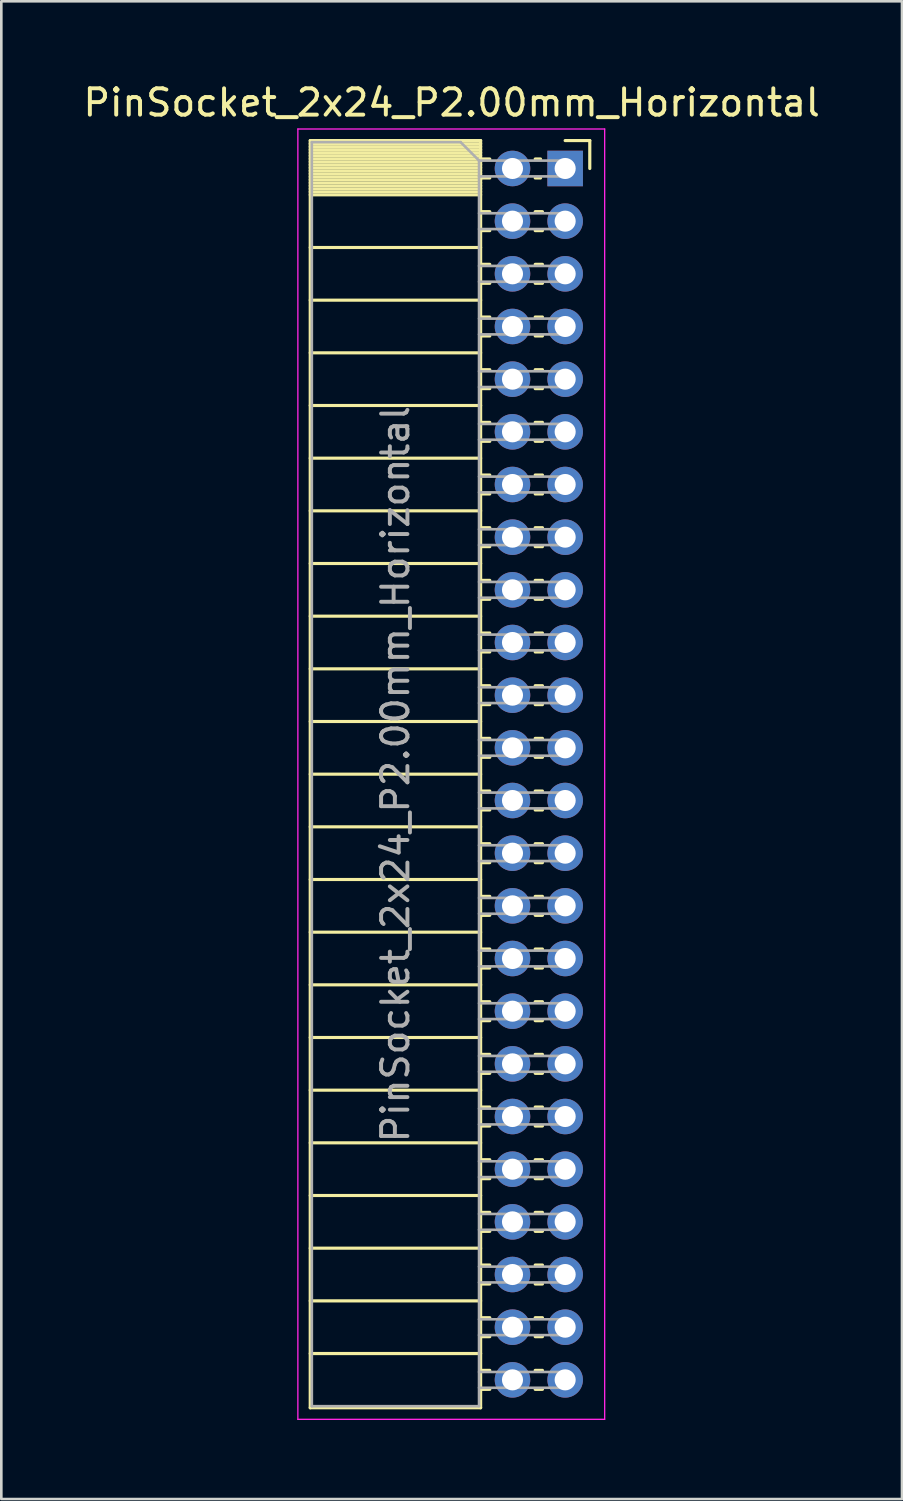
<source format=kicad_pcb>
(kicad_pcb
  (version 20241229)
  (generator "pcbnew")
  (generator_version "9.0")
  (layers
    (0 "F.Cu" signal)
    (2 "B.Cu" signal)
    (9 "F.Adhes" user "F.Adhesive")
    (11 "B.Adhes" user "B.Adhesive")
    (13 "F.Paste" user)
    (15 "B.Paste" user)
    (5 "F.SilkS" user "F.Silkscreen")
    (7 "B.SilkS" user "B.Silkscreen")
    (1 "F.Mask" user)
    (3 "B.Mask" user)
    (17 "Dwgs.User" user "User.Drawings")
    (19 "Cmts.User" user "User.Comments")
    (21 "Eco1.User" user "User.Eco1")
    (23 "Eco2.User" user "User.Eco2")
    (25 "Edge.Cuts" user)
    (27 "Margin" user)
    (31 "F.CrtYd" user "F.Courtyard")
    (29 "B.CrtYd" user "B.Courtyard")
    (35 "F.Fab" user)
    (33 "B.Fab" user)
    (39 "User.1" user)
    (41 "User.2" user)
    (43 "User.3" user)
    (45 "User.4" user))
  (footprint "PinSocket_2x24_P2.00mm_Horizontal"
    (layer "F.Cu")
    (at 18.411 3.348)
    (property "Reference" "PinSocket_2x24_P2.00mm_Horizontal" (at -4.31 -2.5 0) (layer "F.SilkS") (effects (font (size 1 1) (thickness 0.15))))
    (attr through_hole)
    (fp_line (start -9.68 -1.06) (end -9.68 47.06) (stroke (width 0.12) (type solid)) (layer "F.SilkS"))
    (fp_line (start -9.68 -1.06) (end -3.21 -1.06) (stroke (width 0.12) (type solid)) (layer "F.SilkS"))
    (fp_line (start -9.68 -0.94) (end -3.21 -0.94) (stroke (width 0.12) (type solid)) (layer "F.SilkS"))
    (fp_line (start -9.68 -0.826) (end -3.21 -0.826) (stroke (width 0.12) (type solid)) (layer "F.SilkS"))
    (fp_line (start -9.68 -0.712) (end -3.21 -0.712) (stroke (width 0.12) (type solid)) (layer "F.SilkS"))
    (fp_line (start -9.68 -0.598) (end -3.21 -0.598) (stroke (width 0.12) (type solid)) (layer "F.SilkS"))
    (fp_line (start -9.68 -0.484) (end -3.21 -0.484) (stroke (width 0.12) (type solid)) (layer "F.SilkS"))
    (fp_line (start -9.68 -0.369) (end -3.21 -0.369) (stroke (width 0.12) (type solid)) (layer "F.SilkS"))
    (fp_line (start -9.68 -0.255) (end -3.21 -0.255) (stroke (width 0.12) (type solid)) (layer "F.SilkS"))
    (fp_line (start -9.68 -0.141) (end -3.21 -0.141) (stroke (width 0.12) (type solid)) (layer "F.SilkS"))
    (fp_line (start -9.68 -0.027) (end -3.21 -0.027) (stroke (width 0.12) (type solid)) (layer "F.SilkS"))
    (fp_line (start -9.68 0.087) (end -3.21 0.087) (stroke (width 0.12) (type solid)) (layer "F.SilkS"))
    (fp_line (start -9.68 0.201) (end -3.21 0.201) (stroke (width 0.12) (type solid)) (layer "F.SilkS"))
    (fp_line (start -9.68 0.315) (end -3.21 0.315) (stroke (width 0.12) (type solid)) (layer "F.SilkS"))
    (fp_line (start -9.68 0.429) (end -3.21 0.429) (stroke (width 0.12) (type solid)) (layer "F.SilkS"))
    (fp_line (start -9.68 0.544) (end -3.21 0.544) (stroke (width 0.12) (type solid)) (layer "F.SilkS"))
    (fp_line (start -9.68 0.658) (end -3.21 0.658) (stroke (width 0.12) (type solid)) (layer "F.SilkS"))
    (fp_line (start -9.68 0.772) (end -3.21 0.772) (stroke (width 0.12) (type solid)) (layer "F.SilkS"))
    (fp_line (start -9.68 0.886) (end -3.21 0.886) (stroke (width 0.12) (type solid)) (layer "F.SilkS"))
    (fp_line (start -9.68 1) (end -3.21 1) (stroke (width 0.12) (type solid)) (layer "F.SilkS"))
    (fp_line (start -9.68 3) (end -3.21 3) (stroke (width 0.12) (type solid)) (layer "F.SilkS"))
    (fp_line (start -9.68 5) (end -3.21 5) (stroke (width 0.12) (type solid)) (layer "F.SilkS"))
    (fp_line (start -9.68 7) (end -3.21 7) (stroke (width 0.12) (type solid)) (layer "F.SilkS"))
    (fp_line (start -9.68 9) (end -3.21 9) (stroke (width 0.12) (type solid)) (layer "F.SilkS"))
    (fp_line (start -9.68 11) (end -3.21 11) (stroke (width 0.12) (type solid)) (layer "F.SilkS"))
    (fp_line (start -9.68 13) (end -3.21 13) (stroke (width 0.12) (type solid)) (layer "F.SilkS"))
    (fp_line (start -9.68 15) (end -3.21 15) (stroke (width 0.12) (type solid)) (layer "F.SilkS"))
    (fp_line (start -9.68 17) (end -3.21 17) (stroke (width 0.12) (type solid)) (layer "F.SilkS"))
    (fp_line (start -9.68 19) (end -3.21 19) (stroke (width 0.12) (type solid)) (layer "F.SilkS"))
    (fp_line (start -9.68 21) (end -3.21 21) (stroke (width 0.12) (type solid)) (layer "F.SilkS"))
    (fp_line (start -9.68 23) (end -3.21 23) (stroke (width 0.12) (type solid)) (layer "F.SilkS"))
    (fp_line (start -9.68 25) (end -3.21 25) (stroke (width 0.12) (type solid)) (layer "F.SilkS"))
    (fp_line (start -9.68 27) (end -3.21 27) (stroke (width 0.12) (type solid)) (layer "F.SilkS"))
    (fp_line (start -9.68 29) (end -3.21 29) (stroke (width 0.12) (type solid)) (layer "F.SilkS"))
    (fp_line (start -9.68 31) (end -3.21 31) (stroke (width 0.12) (type solid)) (layer "F.SilkS"))
    (fp_line (start -9.68 33) (end -3.21 33) (stroke (width 0.12) (type solid)) (layer "F.SilkS"))
    (fp_line (start -9.68 35) (end -3.21 35) (stroke (width 0.12) (type solid)) (layer "F.SilkS"))
    (fp_line (start -9.68 37) (end -3.21 37) (stroke (width 0.12) (type solid)) (layer "F.SilkS"))
    (fp_line (start -9.68 39) (end -3.21 39) (stroke (width 0.12) (type solid)) (layer "F.SilkS"))
    (fp_line (start -9.68 41) (end -3.21 41) (stroke (width 0.12) (type solid)) (layer "F.SilkS"))
    (fp_line (start -9.68 43) (end -3.21 43) (stroke (width 0.12) (type solid)) (layer "F.SilkS"))
    (fp_line (start -9.68 45) (end -3.21 45) (stroke (width 0.12) (type solid)) (layer "F.SilkS"))
    (fp_line (start -9.68 47.06) (end -3.21 47.06) (stroke (width 0.12) (type solid)) (layer "F.SilkS"))
    (fp_line (start -3.21 -1.06) (end -3.21 47.06) (stroke (width 0.12) (type solid)) (layer "F.SilkS"))
    (fp_line (start -3.21 -0.36) (end -2.863 -0.36) (stroke (width 0.12) (type solid)) (layer "F.SilkS"))
    (fp_line (start -3.21 0.36) (end -2.863 0.36) (stroke (width 0.12) (type solid)) (layer "F.SilkS"))
    (fp_line (start -3.21 1.64) (end -2.863 1.64) (stroke (width 0.12) (type solid)) (layer "F.SilkS"))
    (fp_line (start -3.21 2.36) (end -2.863 2.36) (stroke (width 0.12) (type solid)) (layer "F.SilkS"))
    (fp_line (start -3.21 3.64) (end -2.863 3.64) (stroke (width 0.12) (type solid)) (layer "F.SilkS"))
    (fp_line (start -3.21 4.36) (end -2.863 4.36) (stroke (width 0.12) (type solid)) (layer "F.SilkS"))
    (fp_line (start -3.21 5.64) (end -2.863 5.64) (stroke (width 0.12) (type solid)) (layer "F.SilkS"))
    (fp_line (start -3.21 6.36) (end -2.863 6.36) (stroke (width 0.12) (type solid)) (layer "F.SilkS"))
    (fp_line (start -3.21 7.64) (end -2.863 7.64) (stroke (width 0.12) (type solid)) (layer "F.SilkS"))
    (fp_line (start -3.21 8.36) (end -2.863 8.36) (stroke (width 0.12) (type solid)) (layer "F.SilkS"))
    (fp_line (start -3.21 9.64) (end -2.863 9.64) (stroke (width 0.12) (type solid)) (layer "F.SilkS"))
    (fp_line (start -3.21 10.36) (end -2.863 10.36) (stroke (width 0.12) (type solid)) (layer "F.SilkS"))
    (fp_line (start -3.21 11.64) (end -2.863 11.64) (stroke (width 0.12) (type solid)) (layer "F.SilkS"))
    (fp_line (start -3.21 12.36) (end -2.863 12.36) (stroke (width 0.12) (type solid)) (layer "F.SilkS"))
    (fp_line (start -3.21 13.64) (end -2.863 13.64) (stroke (width 0.12) (type solid)) (layer "F.SilkS"))
    (fp_line (start -3.21 14.36) (end -2.863 14.36) (stroke (width 0.12) (type solid)) (layer "F.SilkS"))
    (fp_line (start -3.21 15.64) (end -2.863 15.64) (stroke (width 0.12) (type solid)) (layer "F.SilkS"))
    (fp_line (start -3.21 16.36) (end -2.863 16.36) (stroke (width 0.12) (type solid)) (layer "F.SilkS"))
    (fp_line (start -3.21 17.64) (end -2.863 17.64) (stroke (width 0.12) (type solid)) (layer "F.SilkS"))
    (fp_line (start -3.21 18.36) (end -2.863 18.36) (stroke (width 0.12) (type solid)) (layer "F.SilkS"))
    (fp_line (start -3.21 19.64) (end -2.863 19.64) (stroke (width 0.12) (type solid)) (layer "F.SilkS"))
    (fp_line (start -3.21 20.36) (end -2.863 20.36) (stroke (width 0.12) (type solid)) (layer "F.SilkS"))
    (fp_line (start -3.21 21.64) (end -2.863 21.64) (stroke (width 0.12) (type solid)) (layer "F.SilkS"))
    (fp_line (start -3.21 22.36) (end -2.863 22.36) (stroke (width 0.12) (type solid)) (layer "F.SilkS"))
    (fp_line (start -3.21 23.64) (end -2.863 23.64) (stroke (width 0.12) (type solid)) (layer "F.SilkS"))
    (fp_line (start -3.21 24.36) (end -2.863 24.36) (stroke (width 0.12) (type solid)) (layer "F.SilkS"))
    (fp_line (start -3.21 25.64) (end -2.863 25.64) (stroke (width 0.12) (type solid)) (layer "F.SilkS"))
    (fp_line (start -3.21 26.36) (end -2.863 26.36) (stroke (width 0.12) (type solid)) (layer "F.SilkS"))
    (fp_line (start -3.21 27.64) (end -2.863 27.64) (stroke (width 0.12) (type solid)) (layer "F.SilkS"))
    (fp_line (start -3.21 28.36) (end -2.863 28.36) (stroke (width 0.12) (type solid)) (layer "F.SilkS"))
    (fp_line (start -3.21 29.64) (end -2.863 29.64) (stroke (width 0.12) (type solid)) (layer "F.SilkS"))
    (fp_line (start -3.21 30.36) (end -2.863 30.36) (stroke (width 0.12) (type solid)) (layer "F.SilkS"))
    (fp_line (start -3.21 31.64) (end -2.863 31.64) (stroke (width 0.12) (type solid)) (layer "F.SilkS"))
    (fp_line (start -3.21 32.36) (end -2.863 32.36) (stroke (width 0.12) (type solid)) (layer "F.SilkS"))
    (fp_line (start -3.21 33.64) (end -2.863 33.64) (stroke (width 0.12) (type solid)) (layer "F.SilkS"))
    (fp_line (start -3.21 34.36) (end -2.863 34.36) (stroke (width 0.12) (type solid)) (layer "F.SilkS"))
    (fp_line (start -3.21 35.64) (end -2.863 35.64) (stroke (width 0.12) (type solid)) (layer "F.SilkS"))
    (fp_line (start -3.21 36.36) (end -2.863 36.36) (stroke (width 0.12) (type solid)) (layer "F.SilkS"))
    (fp_line (start -3.21 37.64) (end -2.863 37.64) (stroke (width 0.12) (type solid)) (layer "F.SilkS"))
    (fp_line (start -3.21 38.36) (end -2.863 38.36) (stroke (width 0.12) (type solid)) (layer "F.SilkS"))
    (fp_line (start -3.21 39.64) (end -2.863 39.64) (stroke (width 0.12) (type solid)) (layer "F.SilkS"))
    (fp_line (start -3.21 40.36) (end -2.863 40.36) (stroke (width 0.12) (type solid)) (layer "F.SilkS"))
    (fp_line (start -3.21 41.64) (end -2.863 41.64) (stroke (width 0.12) (type solid)) (layer "F.SilkS"))
    (fp_line (start -3.21 42.36) (end -2.863 42.36) (stroke (width 0.12) (type solid)) (layer "F.SilkS"))
    (fp_line (start -3.21 43.64) (end -2.863 43.64) (stroke (width 0.12) (type solid)) (layer "F.SilkS"))
    (fp_line (start -3.21 44.36) (end -2.863 44.36) (stroke (width 0.12) (type solid)) (layer "F.SilkS"))
    (fp_line (start -3.21 45.64) (end -2.863 45.64) (stroke (width 0.12) (type solid)) (layer "F.SilkS"))
    (fp_line (start -3.21 46.36) (end -2.863 46.36) (stroke (width 0.12) (type solid)) (layer "F.SilkS"))
    (fp_line (start -1.137 -0.36) (end -0.935 -0.36) (stroke (width 0.12) (type solid)) (layer "F.SilkS"))
    (fp_line (start -1.137 0.36) (end -0.935 0.36) (stroke (width 0.12) (type solid)) (layer "F.SilkS"))
    (fp_line (start -1.137 1.64) (end -0.863 1.64) (stroke (width 0.12) (type solid)) (layer "F.SilkS"))
    (fp_line (start -1.137 2.36) (end -0.863 2.36) (stroke (width 0.12) (type solid)) (layer "F.SilkS"))
    (fp_line (start -1.137 3.64) (end -0.863 3.64) (stroke (width 0.12) (type solid)) (layer "F.SilkS"))
    (fp_line (start -1.137 4.36) (end -0.863 4.36) (stroke (width 0.12) (type solid)) (layer "F.SilkS"))
    (fp_line (start -1.137 5.64) (end -0.863 5.64) (stroke (width 0.12) (type solid)) (layer "F.SilkS"))
    (fp_line (start -1.137 6.36) (end -0.863 6.36) (stroke (width 0.12) (type solid)) (layer "F.SilkS"))
    (fp_line (start -1.137 7.64) (end -0.863 7.64) (stroke (width 0.12) (type solid)) (layer "F.SilkS"))
    (fp_line (start -1.137 8.36) (end -0.863 8.36) (stroke (width 0.12) (type solid)) (layer "F.SilkS"))
    (fp_line (start -1.137 9.64) (end -0.863 9.64) (stroke (width 0.12) (type solid)) (layer "F.SilkS"))
    (fp_line (start -1.137 10.36) (end -0.863 10.36) (stroke (width 0.12) (type solid)) (layer "F.SilkS"))
    (fp_line (start -1.137 11.64) (end -0.863 11.64) (stroke (width 0.12) (type solid)) (layer "F.SilkS"))
    (fp_line (start -1.137 12.36) (end -0.863 12.36) (stroke (width 0.12) (type solid)) (layer "F.SilkS"))
    (fp_line (start -1.137 13.64) (end -0.863 13.64) (stroke (width 0.12) (type solid)) (layer "F.SilkS"))
    (fp_line (start -1.137 14.36) (end -0.863 14.36) (stroke (width 0.12) (type solid)) (layer "F.SilkS"))
    (fp_line (start -1.137 15.64) (end -0.863 15.64) (stroke (width 0.12) (type solid)) (layer "F.SilkS"))
    (fp_line (start -1.137 16.36) (end -0.863 16.36) (stroke (width 0.12) (type solid)) (layer "F.SilkS"))
    (fp_line (start -1.137 17.64) (end -0.863 17.64) (stroke (width 0.12) (type solid)) (layer "F.SilkS"))
    (fp_line (start -1.137 18.36) (end -0.863 18.36) (stroke (width 0.12) (type solid)) (layer "F.SilkS"))
    (fp_line (start -1.137 19.64) (end -0.863 19.64) (stroke (width 0.12) (type solid)) (layer "F.SilkS"))
    (fp_line (start -1.137 20.36) (end -0.863 20.36) (stroke (width 0.12) (type solid)) (layer "F.SilkS"))
    (fp_line (start -1.137 21.64) (end -0.863 21.64) (stroke (width 0.12) (type solid)) (layer "F.SilkS"))
    (fp_line (start -1.137 22.36) (end -0.863 22.36) (stroke (width 0.12) (type solid)) (layer "F.SilkS"))
    (fp_line (start -1.137 23.64) (end -0.863 23.64) (stroke (width 0.12) (type solid)) (layer "F.SilkS"))
    (fp_line (start -1.137 24.36) (end -0.863 24.36) (stroke (width 0.12) (type solid)) (layer "F.SilkS"))
    (fp_line (start -1.137 25.64) (end -0.863 25.64) (stroke (width 0.12) (type solid)) (layer "F.SilkS"))
    (fp_line (start -1.137 26.36) (end -0.863 26.36) (stroke (width 0.12) (type solid)) (layer "F.SilkS"))
    (fp_line (start -1.137 27.64) (end -0.863 27.64) (stroke (width 0.12) (type solid)) (layer "F.SilkS"))
    (fp_line (start -1.137 28.36) (end -0.863 28.36) (stroke (width 0.12) (type solid)) (layer "F.SilkS"))
    (fp_line (start -1.137 29.64) (end -0.863 29.64) (stroke (width 0.12) (type solid)) (layer "F.SilkS"))
    (fp_line (start -1.137 30.36) (end -0.863 30.36) (stroke (width 0.12) (type solid)) (layer "F.SilkS"))
    (fp_line (start -1.137 31.64) (end -0.863 31.64) (stroke (width 0.12) (type solid)) (layer "F.SilkS"))
    (fp_line (start -1.137 32.36) (end -0.863 32.36) (stroke (width 0.12) (type solid)) (layer "F.SilkS"))
    (fp_line (start -1.137 33.64) (end -0.863 33.64) (stroke (width 0.12) (type solid)) (layer "F.SilkS"))
    (fp_line (start -1.137 34.36) (end -0.863 34.36) (stroke (width 0.12) (type solid)) (layer "F.SilkS"))
    (fp_line (start -1.137 35.64) (end -0.863 35.64) (stroke (width 0.12) (type solid)) (layer "F.SilkS"))
    (fp_line (start -1.137 36.36) (end -0.863 36.36) (stroke (width 0.12) (type solid)) (layer "F.SilkS"))
    (fp_line (start -1.137 37.64) (end -0.863 37.64) (stroke (width 0.12) (type solid)) (layer "F.SilkS"))
    (fp_line (start -1.137 38.36) (end -0.863 38.36) (stroke (width 0.12) (type solid)) (layer "F.SilkS"))
    (fp_line (start -1.137 39.64) (end -0.863 39.64) (stroke (width 0.12) (type solid)) (layer "F.SilkS"))
    (fp_line (start -1.137 40.36) (end -0.863 40.36) (stroke (width 0.12) (type solid)) (layer "F.SilkS"))
    (fp_line (start -1.137 41.64) (end -0.863 41.64) (stroke (width 0.12) (type solid)) (layer "F.SilkS"))
    (fp_line (start -1.137 42.36) (end -0.863 42.36) (stroke (width 0.12) (type solid)) (layer "F.SilkS"))
    (fp_line (start -1.137 43.64) (end -0.863 43.64) (stroke (width 0.12) (type solid)) (layer "F.SilkS"))
    (fp_line (start -1.137 44.36) (end -0.863 44.36) (stroke (width 0.12) (type solid)) (layer "F.SilkS"))
    (fp_line (start -1.137 45.64) (end -0.863 45.64) (stroke (width 0.12) (type solid)) (layer "F.SilkS"))
    (fp_line (start -1.137 46.36) (end -0.863 46.36) (stroke (width 0.12) (type solid)) (layer "F.SilkS"))
    (fp_line (start 0 -1.06) (end 0.935 -1.06) (stroke (width 0.12) (type solid)) (layer "F.SilkS"))
    (fp_line (start 0.935 -1.06) (end 0.935 0) (stroke (width 0.12) (type solid)) (layer "F.SilkS"))
    (fp_line (start -10.15 -1.5) (end -10.15 47.5) (stroke (width 0.05) (type solid)) (layer "F.CrtYd"))
    (fp_line (start -10.15 47.5) (end 1.5 47.5) (stroke (width 0.05) (type solid)) (layer "F.CrtYd"))
    (fp_line (start 1.5 -1.5) (end -10.15 -1.5) (stroke (width 0.05) (type solid)) (layer "F.CrtYd"))
    (fp_line (start 1.5 47.5) (end 1.5 -1.5) (stroke (width 0.05) (type solid)) (layer "F.CrtYd"))
    (fp_line (start -9.62 -1) (end -3.97 -1) (stroke (width 0.1) (type solid)) (layer "F.Fab"))
    (fp_line (start -9.62 47) (end -9.62 -1) (stroke (width 0.1) (type solid)) (layer "F.Fab"))
    (fp_line (start -3.97 -1) (end -3.27 -0.3) (stroke (width 0.1) (type solid)) (layer "F.Fab"))
    (fp_line (start -3.27 -0.3) (end -3.27 47) (stroke (width 0.1) (type solid)) (layer "F.Fab"))
    (fp_line (start -3.27 0.3) (end 0 0.3) (stroke (width 0.1) (type solid)) (layer "F.Fab"))
    (fp_line (start -3.27 2.3) (end 0 2.3) (stroke (width 0.1) (type solid)) (layer "F.Fab"))
    (fp_line (start -3.27 4.3) (end 0 4.3) (stroke (width 0.1) (type solid)) (layer "F.Fab"))
    (fp_line (start -3.27 6.3) (end 0 6.3) (stroke (width 0.1) (type solid)) (layer "F.Fab"))
    (fp_line (start -3.27 8.3) (end 0 8.3) (stroke (width 0.1) (type solid)) (layer "F.Fab"))
    (fp_line (start -3.27 10.3) (end 0 10.3) (stroke (width 0.1) (type solid)) (layer "F.Fab"))
    (fp_line (start -3.27 12.3) (end 0 12.3) (stroke (width 0.1) (type solid)) (layer "F.Fab"))
    (fp_line (start -3.27 14.3) (end 0 14.3) (stroke (width 0.1) (type solid)) (layer "F.Fab"))
    (fp_line (start -3.27 16.3) (end 0 16.3) (stroke (width 0.1) (type solid)) (layer "F.Fab"))
    (fp_line (start -3.27 18.3) (end 0 18.3) (stroke (width 0.1) (type solid)) (layer "F.Fab"))
    (fp_line (start -3.27 20.3) (end 0 20.3) (stroke (width 0.1) (type solid)) (layer "F.Fab"))
    (fp_line (start -3.27 22.3) (end 0 22.3) (stroke (width 0.1) (type solid)) (layer "F.Fab"))
    (fp_line (start -3.27 24.3) (end 0 24.3) (stroke (width 0.1) (type solid)) (layer "F.Fab"))
    (fp_line (start -3.27 26.3) (end 0 26.3) (stroke (width 0.1) (type solid)) (layer "F.Fab"))
    (fp_line (start -3.27 28.3) (end 0 28.3) (stroke (width 0.1) (type solid)) (layer "F.Fab"))
    (fp_line (start -3.27 30.3) (end 0 30.3) (stroke (width 0.1) (type solid)) (layer "F.Fab"))
    (fp_line (start -3.27 32.3) (end 0 32.3) (stroke (width 0.1) (type solid)) (layer "F.Fab"))
    (fp_line (start -3.27 34.3) (end 0 34.3) (stroke (width 0.1) (type solid)) (layer "F.Fab"))
    (fp_line (start -3.27 36.3) (end 0 36.3) (stroke (width 0.1) (type solid)) (layer "F.Fab"))
    (fp_line (start -3.27 38.3) (end 0 38.3) (stroke (width 0.1) (type solid)) (layer "F.Fab"))
    (fp_line (start -3.27 40.3) (end 0 40.3) (stroke (width 0.1) (type solid)) (layer "F.Fab"))
    (fp_line (start -3.27 42.3) (end 0 42.3) (stroke (width 0.1) (type solid)) (layer "F.Fab"))
    (fp_line (start -3.27 44.3) (end 0 44.3) (stroke (width 0.1) (type solid)) (layer "F.Fab"))
    (fp_line (start -3.27 46.3) (end 0 46.3) (stroke (width 0.1) (type solid)) (layer "F.Fab"))
    (fp_line (start -3.27 47) (end -9.62 47) (stroke (width 0.1) (type solid)) (layer "F.Fab"))
    (fp_line (start 0 -0.3) (end -3.27 -0.3) (stroke (width 0.1) (type solid)) (layer "F.Fab"))
    (fp_line (start 0 0.3) (end 0 -0.3) (stroke (width 0.1) (type solid)) (layer "F.Fab"))
    (fp_line (start 0 1.7) (end -3.27 1.7) (stroke (width 0.1) (type solid)) (layer "F.Fab"))
    (fp_line (start 0 2.3) (end 0 1.7) (stroke (width 0.1) (type solid)) (layer "F.Fab"))
    (fp_line (start 0 3.7) (end -3.27 3.7) (stroke (width 0.1) (type solid)) (layer "F.Fab"))
    (fp_line (start 0 4.3) (end 0 3.7) (stroke (width 0.1) (type solid)) (layer "F.Fab"))
    (fp_line (start 0 5.7) (end -3.27 5.7) (stroke (width 0.1) (type solid)) (layer "F.Fab"))
    (fp_line (start 0 6.3) (end 0 5.7) (stroke (width 0.1) (type solid)) (layer "F.Fab"))
    (fp_line (start 0 7.7) (end -3.27 7.7) (stroke (width 0.1) (type solid)) (layer "F.Fab"))
    (fp_line (start 0 8.3) (end 0 7.7) (stroke (width 0.1) (type solid)) (layer "F.Fab"))
    (fp_line (start 0 9.7) (end -3.27 9.7) (stroke (width 0.1) (type solid)) (layer "F.Fab"))
    (fp_line (start 0 10.3) (end 0 9.7) (stroke (width 0.1) (type solid)) (layer "F.Fab"))
    (fp_line (start 0 11.7) (end -3.27 11.7) (stroke (width 0.1) (type solid)) (layer "F.Fab"))
    (fp_line (start 0 12.3) (end 0 11.7) (stroke (width 0.1) (type solid)) (layer "F.Fab"))
    (fp_line (start 0 13.7) (end -3.27 13.7) (stroke (width 0.1) (type solid)) (layer "F.Fab"))
    (fp_line (start 0 14.3) (end 0 13.7) (stroke (width 0.1) (type solid)) (layer "F.Fab"))
    (fp_line (start 0 15.7) (end -3.27 15.7) (stroke (width 0.1) (type solid)) (layer "F.Fab"))
    (fp_line (start 0 16.3) (end 0 15.7) (stroke (width 0.1) (type solid)) (layer "F.Fab"))
    (fp_line (start 0 17.7) (end -3.27 17.7) (stroke (width 0.1) (type solid)) (layer "F.Fab"))
    (fp_line (start 0 18.3) (end 0 17.7) (stroke (width 0.1) (type solid)) (layer "F.Fab"))
    (fp_line (start 0 19.7) (end -3.27 19.7) (stroke (width 0.1) (type solid)) (layer "F.Fab"))
    (fp_line (start 0 20.3) (end 0 19.7) (stroke (width 0.1) (type solid)) (layer "F.Fab"))
    (fp_line (start 0 21.7) (end -3.27 21.7) (stroke (width 0.1) (type solid)) (layer "F.Fab"))
    (fp_line (start 0 22.3) (end 0 21.7) (stroke (width 0.1) (type solid)) (layer "F.Fab"))
    (fp_line (start 0 23.7) (end -3.27 23.7) (stroke (width 0.1) (type solid)) (layer "F.Fab"))
    (fp_line (start 0 24.3) (end 0 23.7) (stroke (width 0.1) (type solid)) (layer "F.Fab"))
    (fp_line (start 0 25.7) (end -3.27 25.7) (stroke (width 0.1) (type solid)) (layer "F.Fab"))
    (fp_line (start 0 26.3) (end 0 25.7) (stroke (width 0.1) (type solid)) (layer "F.Fab"))
    (fp_line (start 0 27.7) (end -3.27 27.7) (stroke (width 0.1) (type solid)) (layer "F.Fab"))
    (fp_line (start 0 28.3) (end 0 27.7) (stroke (width 0.1) (type solid)) (layer "F.Fab"))
    (fp_line (start 0 29.7) (end -3.27 29.7) (stroke (width 0.1) (type solid)) (layer "F.Fab"))
    (fp_line (start 0 30.3) (end 0 29.7) (stroke (width 0.1) (type solid)) (layer "F.Fab"))
    (fp_line (start 0 31.7) (end -3.27 31.7) (stroke (width 0.1) (type solid)) (layer "F.Fab"))
    (fp_line (start 0 32.3) (end 0 31.7) (stroke (width 0.1) (type solid)) (layer "F.Fab"))
    (fp_line (start 0 33.7) (end -3.27 33.7) (stroke (width 0.1) (type solid)) (layer "F.Fab"))
    (fp_line (start 0 34.3) (end 0 33.7) (stroke (width 0.1) (type solid)) (layer "F.Fab"))
    (fp_line (start 0 35.7) (end -3.27 35.7) (stroke (width 0.1) (type solid)) (layer "F.Fab"))
    (fp_line (start 0 36.3) (end 0 35.7) (stroke (width 0.1) (type solid)) (layer "F.Fab"))
    (fp_line (start 0 37.7) (end -3.27 37.7) (stroke (width 0.1) (type solid)) (layer "F.Fab"))
    (fp_line (start 0 38.3) (end 0 37.7) (stroke (width 0.1) (type solid)) (layer "F.Fab"))
    (fp_line (start 0 39.7) (end -3.27 39.7) (stroke (width 0.1) (type solid)) (layer "F.Fab"))
    (fp_line (start 0 40.3) (end 0 39.7) (stroke (width 0.1) (type solid)) (layer "F.Fab"))
    (fp_line (start 0 41.7) (end -3.27 41.7) (stroke (width 0.1) (type solid)) (layer "F.Fab"))
    (fp_line (start 0 42.3) (end 0 41.7) (stroke (width 0.1) (type solid)) (layer "F.Fab"))
    (fp_line (start 0 43.7) (end -3.27 43.7) (stroke (width 0.1) (type solid)) (layer "F.Fab"))
    (fp_line (start 0 44.3) (end 0 43.7) (stroke (width 0.1) (type solid)) (layer "F.Fab"))
    (fp_line (start 0 45.7) (end -3.27 45.7) (stroke (width 0.1) (type solid)) (layer "F.Fab"))
    (fp_line (start 0 46.3) (end 0 45.7) (stroke (width 0.1) (type solid)) (layer "F.Fab"))
    (fp_text user "${REFERENCE}" (at -6.445 23 90) (layer "F.Fab") (effects (font (size 1 1) (thickness 0.15))))
    (pad "1" thru_hole rect (at 0 0) (size 1.35 1.35) (drill 0.8) (layers "*.Cu" "*.Mask"))
    (pad "2" thru_hole circle (at -2 0) (size 1.35 1.35) (drill 0.8) (layers "*.Cu" "*.Mask"))
    (pad "3" thru_hole circle (at 0 2) (size 1.35 1.35) (drill 0.8) (layers "*.Cu" "*.Mask"))
    (pad "4" thru_hole circle (at -2 2) (size 1.35 1.35) (drill 0.8) (layers "*.Cu" "*.Mask"))
    (pad "5" thru_hole circle (at 0 4) (size 1.35 1.35) (drill 0.8) (layers "*.Cu" "*.Mask"))
    (pad "6" thru_hole circle (at -2 4) (size 1.35 1.35) (drill 0.8) (layers "*.Cu" "*.Mask"))
    (pad "7" thru_hole circle (at 0 6) (size 1.35 1.35) (drill 0.8) (layers "*.Cu" "*.Mask"))
    (pad "8" thru_hole circle (at -2 6) (size 1.35 1.35) (drill 0.8) (layers "*.Cu" "*.Mask"))
    (pad "9" thru_hole circle (at 0 8) (size 1.35 1.35) (drill 0.8) (layers "*.Cu" "*.Mask"))
    (pad "10" thru_hole circle (at -2 8) (size 1.35 1.35) (drill 0.8) (layers "*.Cu" "*.Mask"))
    (pad "11" thru_hole circle (at 0 10) (size 1.35 1.35) (drill 0.8) (layers "*.Cu" "*.Mask"))
    (pad "12" thru_hole circle (at -2 10) (size 1.35 1.35) (drill 0.8) (layers "*.Cu" "*.Mask"))
    (pad "13" thru_hole circle (at 0 12) (size 1.35 1.35) (drill 0.8) (layers "*.Cu" "*.Mask"))
    (pad "14" thru_hole circle (at -2 12) (size 1.35 1.35) (drill 0.8) (layers "*.Cu" "*.Mask"))
    (pad "15" thru_hole circle (at 0 14) (size 1.35 1.35) (drill 0.8) (layers "*.Cu" "*.Mask"))
    (pad "16" thru_hole circle (at -2 14) (size 1.35 1.35) (drill 0.8) (layers "*.Cu" "*.Mask"))
    (pad "17" thru_hole circle (at 0 16) (size 1.35 1.35) (drill 0.8) (layers "*.Cu" "*.Mask"))
    (pad "18" thru_hole circle (at -2 16) (size 1.35 1.35) (drill 0.8) (layers "*.Cu" "*.Mask"))
    (pad "19" thru_hole circle (at 0 18) (size 1.35 1.35) (drill 0.8) (layers "*.Cu" "*.Mask"))
    (pad "20" thru_hole circle (at -2 18) (size 1.35 1.35) (drill 0.8) (layers "*.Cu" "*.Mask"))
    (pad "21" thru_hole circle (at 0 20) (size 1.35 1.35) (drill 0.8) (layers "*.Cu" "*.Mask"))
    (pad "22" thru_hole circle (at -2 20) (size 1.35 1.35) (drill 0.8) (layers "*.Cu" "*.Mask"))
    (pad "23" thru_hole circle (at 0 22) (size 1.35 1.35) (drill 0.8) (layers "*.Cu" "*.Mask"))
    (pad "24" thru_hole circle (at -2 22) (size 1.35 1.35) (drill 0.8) (layers "*.Cu" "*.Mask"))
    (pad "25" thru_hole circle (at 0 24) (size 1.35 1.35) (drill 0.8) (layers "*.Cu" "*.Mask"))
    (pad "26" thru_hole circle (at -2 24) (size 1.35 1.35) (drill 0.8) (layers "*.Cu" "*.Mask"))
    (pad "27" thru_hole circle (at 0 26) (size 1.35 1.35) (drill 0.8) (layers "*.Cu" "*.Mask"))
    (pad "28" thru_hole circle (at -2 26) (size 1.35 1.35) (drill 0.8) (layers "*.Cu" "*.Mask"))
    (pad "29" thru_hole circle (at 0 28) (size 1.35 1.35) (drill 0.8) (layers "*.Cu" "*.Mask"))
    (pad "30" thru_hole circle (at -2 28) (size 1.35 1.35) (drill 0.8) (layers "*.Cu" "*.Mask"))
    (pad "31" thru_hole circle (at 0 30) (size 1.35 1.35) (drill 0.8) (layers "*.Cu" "*.Mask"))
    (pad "32" thru_hole circle (at -2 30) (size 1.35 1.35) (drill 0.8) (layers "*.Cu" "*.Mask"))
    (pad "33" thru_hole circle (at 0 32) (size 1.35 1.35) (drill 0.8) (layers "*.Cu" "*.Mask"))
    (pad "34" thru_hole circle (at -2 32) (size 1.35 1.35) (drill 0.8) (layers "*.Cu" "*.Mask"))
    (pad "35" thru_hole circle (at 0 34) (size 1.35 1.35) (drill 0.8) (layers "*.Cu" "*.Mask"))
    (pad "36" thru_hole circle (at -2 34) (size 1.35 1.35) (drill 0.8) (layers "*.Cu" "*.Mask"))
    (pad "37" thru_hole circle (at 0 36) (size 1.35 1.35) (drill 0.8) (layers "*.Cu" "*.Mask"))
    (pad "38" thru_hole circle (at -2 36) (size 1.35 1.35) (drill 0.8) (layers "*.Cu" "*.Mask"))
    (pad "39" thru_hole circle (at 0 38) (size 1.35 1.35) (drill 0.8) (layers "*.Cu" "*.Mask"))
    (pad "40" thru_hole circle (at -2 38) (size 1.35 1.35) (drill 0.8) (layers "*.Cu" "*.Mask"))
    (pad "41" thru_hole circle (at 0 40) (size 1.35 1.35) (drill 0.8) (layers "*.Cu" "*.Mask"))
    (pad "42" thru_hole circle (at -2 40) (size 1.35 1.35) (drill 0.8) (layers "*.Cu" "*.Mask"))
    (pad "43" thru_hole circle (at 0 42) (size 1.35 1.35) (drill 0.8) (layers "*.Cu" "*.Mask"))
    (pad "44" thru_hole circle (at -2 42) (size 1.35 1.35) (drill 0.8) (layers "*.Cu" "*.Mask"))
    (pad "45" thru_hole circle (at 0 44) (size 1.35 1.35) (drill 0.8) (layers "*.Cu" "*.Mask"))
    (pad "46" thru_hole circle (at -2 44) (size 1.35 1.35) (drill 0.8) (layers "*.Cu" "*.Mask"))
    (pad "47" thru_hole circle (at 0 46) (size 1.35 1.35) (drill 0.8) (layers "*.Cu" "*.Mask"))
    (pad "48" thru_hole circle (at -2 46) (size 1.35 1.35) (drill 0.8) (layers "*.Cu" "*.Mask")))
  (gr_rect
    (start -3 -3)
    (end 31.202 53.873)
    (stroke (width 0.1) (type default))
    (fill no)
    (layer "Edge.Cuts")))
</source>
